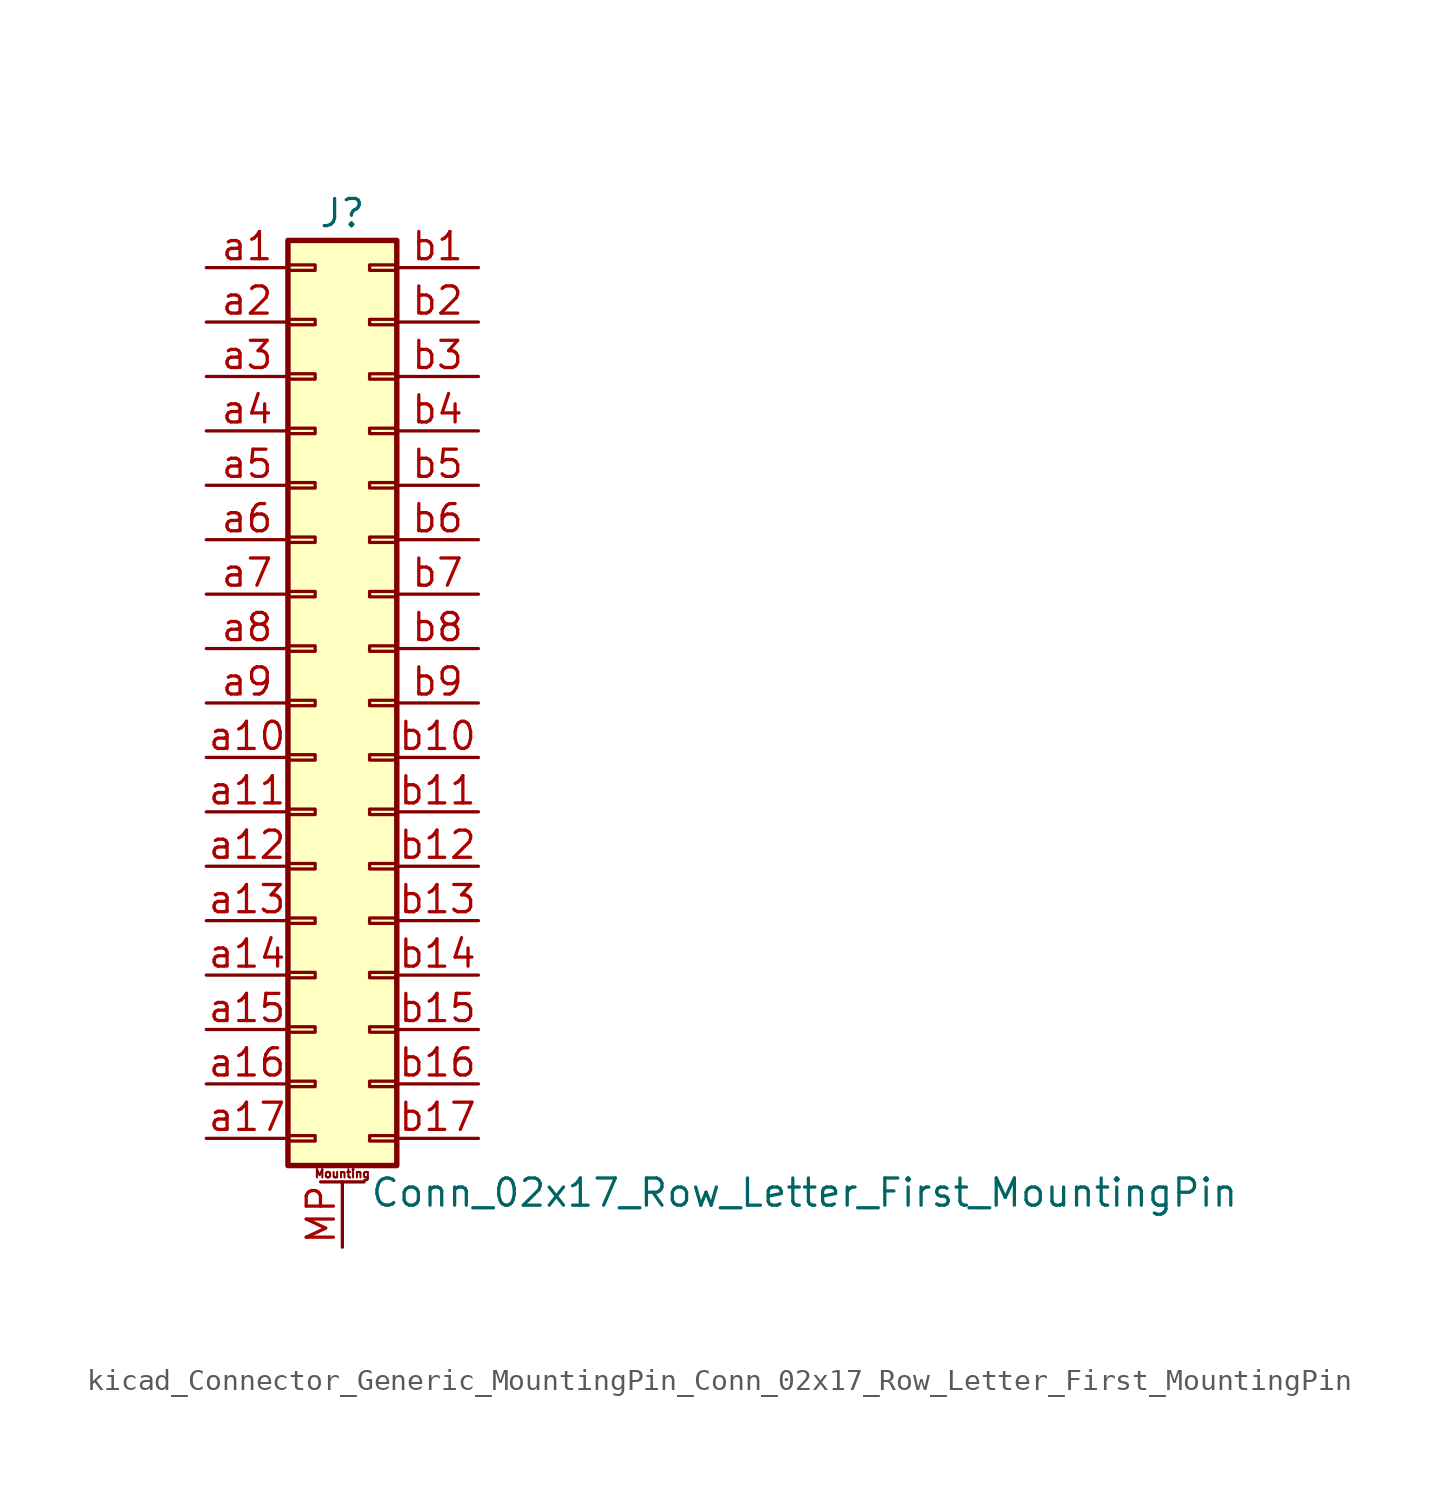
<source format=kicad_sym>
(kicad_symbol_lib
  (version 20220914)
  (generator kicad_symbol_editor)
  (symbol "kicad_Connector_Generic_MountingPin_Conn_02x17_Row_Letter_First_MountingPin"
    (pin_names
      (offset 1.016) hide)
    (property "Reference" "J"
      (at 1.27 22.86 0)
      (effects (font (size 1.27 1.27))))
    (property "Value" "Conn_02x17_Row_Letter_First_MountingPin"
      (at 2.54 -22.86 0)
      (effects (font (size 1.27 1.27)) (justify left)))
    (symbol "kicad_Connector_Generic_MountingPin_Conn_02x17_Row_Letter_First_MountingPin_1_1"
      (rectangle (start -1.27 -20.193) (end 0 -20.447) (stroke (width 0.152) (type default)) (fill (type none)))
      (rectangle (start -1.27 -17.653) (end 0 -17.907) (stroke (width 0.152) (type default)) (fill (type none)))
      (rectangle (start -1.27 -15.113) (end 0 -15.367) (stroke (width 0.152) (type default)) (fill (type none)))
      (rectangle (start -1.27 -12.573) (end 0 -12.827) (stroke (width 0.152) (type default)) (fill (type none)))
      (rectangle (start -1.27 -10.033) (end 0 -10.287) (stroke (width 0.152) (type default)) (fill (type none)))
      (rectangle (start -1.27 -7.493) (end 0 -7.747) (stroke (width 0.152) (type default)) (fill (type none)))
      (rectangle (start -1.27 -4.953) (end 0 -5.207) (stroke (width 0.152) (type default)) (fill (type none)))
      (rectangle (start -1.27 -2.413) (end 0 -2.667) (stroke (width 0.152) (type default)) (fill (type none)))
      (rectangle (start -1.27 0.127) (end 0 -0.127) (stroke (width 0.152) (type default)) (fill (type none)))
      (rectangle (start -1.27 2.667) (end 0 2.413) (stroke (width 0.152) (type default)) (fill (type none)))
      (rectangle (start -1.27 5.207) (end 0 4.953) (stroke (width 0.152) (type default)) (fill (type none)))
      (rectangle (start -1.27 7.747) (end 0 7.493) (stroke (width 0.152) (type default)) (fill (type none)))
      (rectangle (start -1.27 10.287) (end 0 10.033) (stroke (width 0.152) (type default)) (fill (type none)))
      (rectangle (start -1.27 12.827) (end 0 12.573) (stroke (width 0.152) (type default)) (fill (type none)))
      (rectangle (start -1.27 15.367) (end 0 15.113) (stroke (width 0.152) (type default)) (fill (type none)))
      (rectangle (start -1.27 17.907) (end 0 17.653) (stroke (width 0.152) (type default)) (fill (type none)))
      (rectangle (start -1.27 20.447) (end 0 20.193) (stroke (width 0.152) (type default)) (fill (type none)))
      (rectangle (start -1.27 21.59) (end 3.81 -21.59) (stroke (width 0.254) (type default)) (fill (type background)))
      (polyline (pts (xy 0.254 -22.352) (xy 2.286 -22.352)) (stroke (width 0.152) (type default)) (fill (type none)))
      (rectangle (start 3.81 -20.193) (end 2.54 -20.447) (stroke (width 0.152) (type default)) (fill (type none)))
      (rectangle (start 3.81 -17.653) (end 2.54 -17.907) (stroke (width 0.152) (type default)) (fill (type none)))
      (rectangle (start 3.81 -15.113) (end 2.54 -15.367) (stroke (width 0.152) (type default)) (fill (type none)))
      (rectangle (start 3.81 -12.573) (end 2.54 -12.827) (stroke (width 0.152) (type default)) (fill (type none)))
      (rectangle (start 3.81 -10.033) (end 2.54 -10.287) (stroke (width 0.152) (type default)) (fill (type none)))
      (rectangle (start 3.81 -7.493) (end 2.54 -7.747) (stroke (width 0.152) (type default)) (fill (type none)))
      (rectangle (start 3.81 -4.953) (end 2.54 -5.207) (stroke (width 0.152) (type default)) (fill (type none)))
      (rectangle (start 3.81 -2.413) (end 2.54 -2.667) (stroke (width 0.152) (type default)) (fill (type none)))
      (rectangle (start 3.81 0.127) (end 2.54 -0.127) (stroke (width 0.152) (type default)) (fill (type none)))
      (rectangle (start 3.81 2.667) (end 2.54 2.413) (stroke (width 0.152) (type default)) (fill (type none)))
      (rectangle (start 3.81 5.207) (end 2.54 4.953) (stroke (width 0.152) (type default)) (fill (type none)))
      (rectangle (start 3.81 7.747) (end 2.54 7.493) (stroke (width 0.152) (type default)) (fill (type none)))
      (rectangle (start 3.81 10.287) (end 2.54 10.033) (stroke (width 0.152) (type default)) (fill (type none)))
      (rectangle (start 3.81 12.827) (end 2.54 12.573) (stroke (width 0.152) (type default)) (fill (type none)))
      (rectangle (start 3.81 15.367) (end 2.54 15.113) (stroke (width 0.152) (type default)) (fill (type none)))
      (rectangle (start 3.81 17.907) (end 2.54 17.653) (stroke (width 0.152) (type default)) (fill (type none)))
      (rectangle (start 3.81 20.447) (end 2.54 20.193) (stroke (width 0.152) (type default)) (fill (type none)))
      (text "Mounting" (at 1.27 -21.971 0) (effects (font (size 0.381 0.381))))
      (pin passive line (at 1.27 -25.4 90) (length 3.048) (name "MountPin" (effects (font (size 1.27 1.27)))) (number "MP" (effects (font (size 1.27 1.27)))))
      (pin passive line (at -5.08 20.32 0) (length 3.81) (name "Pin_a1" (effects (font (size 1.27 1.27)))) (number "a1" (effects (font (size 1.27 1.27)))))
      (pin passive line (at -5.08 -2.54 0) (length 3.81) (name "Pin_a10" (effects (font (size 1.27 1.27)))) (number "a10" (effects (font (size 1.27 1.27)))))
      (pin passive line (at -5.08 -5.08 0) (length 3.81) (name "Pin_a11" (effects (font (size 1.27 1.27)))) (number "a11" (effects (font (size 1.27 1.27)))))
      (pin passive line (at -5.08 -7.62 0) (length 3.81) (name "Pin_a12" (effects (font (size 1.27 1.27)))) (number "a12" (effects (font (size 1.27 1.27)))))
      (pin passive line (at -5.08 -10.16 0) (length 3.81) (name "Pin_a13" (effects (font (size 1.27 1.27)))) (number "a13" (effects (font (size 1.27 1.27)))))
      (pin passive line (at -5.08 -12.7 0) (length 3.81) (name "Pin_a14" (effects (font (size 1.27 1.27)))) (number "a14" (effects (font (size 1.27 1.27)))))
      (pin passive line (at -5.08 -15.24 0) (length 3.81) (name "Pin_a15" (effects (font (size 1.27 1.27)))) (number "a15" (effects (font (size 1.27 1.27)))))
      (pin passive line (at -5.08 -17.78 0) (length 3.81) (name "Pin_a16" (effects (font (size 1.27 1.27)))) (number "a16" (effects (font (size 1.27 1.27)))))
      (pin passive line (at -5.08 -20.32 0) (length 3.81) (name "Pin_a17" (effects (font (size 1.27 1.27)))) (number "a17" (effects (font (size 1.27 1.27)))))
      (pin passive line (at -5.08 17.78 0) (length 3.81) (name "Pin_a2" (effects (font (size 1.27 1.27)))) (number "a2" (effects (font (size 1.27 1.27)))))
      (pin passive line (at -5.08 15.24 0) (length 3.81) (name "Pin_a3" (effects (font (size 1.27 1.27)))) (number "a3" (effects (font (size 1.27 1.27)))))
      (pin passive line (at -5.08 12.7 0) (length 3.81) (name "Pin_a4" (effects (font (size 1.27 1.27)))) (number "a4" (effects (font (size 1.27 1.27)))))
      (pin passive line (at -5.08 10.16 0) (length 3.81) (name "Pin_a5" (effects (font (size 1.27 1.27)))) (number "a5" (effects (font (size 1.27 1.27)))))
      (pin passive line (at -5.08 7.62 0) (length 3.81) (name "Pin_a6" (effects (font (size 1.27 1.27)))) (number "a6" (effects (font (size 1.27 1.27)))))
      (pin passive line (at -5.08 5.08 0) (length 3.81) (name "Pin_a7" (effects (font (size 1.27 1.27)))) (number "a7" (effects (font (size 1.27 1.27)))))
      (pin passive line (at -5.08 2.54 0) (length 3.81) (name "Pin_a8" (effects (font (size 1.27 1.27)))) (number "a8" (effects (font (size 1.27 1.27)))))
      (pin passive line (at -5.08 0 0) (length 3.81) (name "Pin_a9" (effects (font (size 1.27 1.27)))) (number "a9" (effects (font (size 1.27 1.27)))))
      (pin passive line (at 7.62 20.32 180) (length 3.81) (name "Pin_b1" (effects (font (size 1.27 1.27)))) (number "b1" (effects (font (size 1.27 1.27)))))
      (pin passive line (at 7.62 -2.54 180) (length 3.81) (name "Pin_b10" (effects (font (size 1.27 1.27)))) (number "b10" (effects (font (size 1.27 1.27)))))
      (pin passive line (at 7.62 -5.08 180) (length 3.81) (name "Pin_b11" (effects (font (size 1.27 1.27)))) (number "b11" (effects (font (size 1.27 1.27)))))
      (pin passive line (at 7.62 -7.62 180) (length 3.81) (name "Pin_b12" (effects (font (size 1.27 1.27)))) (number "b12" (effects (font (size 1.27 1.27)))))
      (pin passive line (at 7.62 -10.16 180) (length 3.81) (name "Pin_b13" (effects (font (size 1.27 1.27)))) (number "b13" (effects (font (size 1.27 1.27)))))
      (pin passive line (at 7.62 -12.7 180) (length 3.81) (name "Pin_b14" (effects (font (size 1.27 1.27)))) (number "b14" (effects (font (size 1.27 1.27)))))
      (pin passive line (at 7.62 -15.24 180) (length 3.81) (name "Pin_b15" (effects (font (size 1.27 1.27)))) (number "b15" (effects (font (size 1.27 1.27)))))
      (pin passive line (at 7.62 -17.78 180) (length 3.81) (name "Pin_b16" (effects (font (size 1.27 1.27)))) (number "b16" (effects (font (size 1.27 1.27)))))
      (pin passive line (at 7.62 -20.32 180) (length 3.81) (name "Pin_b17" (effects (font (size 1.27 1.27)))) (number "b17" (effects (font (size 1.27 1.27)))))
      (pin passive line (at 7.62 17.78 180) (length 3.81) (name "Pin_b2" (effects (font (size 1.27 1.27)))) (number "b2" (effects (font (size 1.27 1.27)))))
      (pin passive line (at 7.62 15.24 180) (length 3.81) (name "Pin_b3" (effects (font (size 1.27 1.27)))) (number "b3" (effects (font (size 1.27 1.27)))))
      (pin passive line (at 7.62 12.7 180) (length 3.81) (name "Pin_b4" (effects (font (size 1.27 1.27)))) (number "b4" (effects (font (size 1.27 1.27)))))
      (pin passive line (at 7.62 10.16 180) (length 3.81) (name "Pin_b5" (effects (font (size 1.27 1.27)))) (number "b5" (effects (font (size 1.27 1.27)))))
      (pin passive line (at 7.62 7.62 180) (length 3.81) (name "Pin_b6" (effects (font (size 1.27 1.27)))) (number "b6" (effects (font (size 1.27 1.27)))))
      (pin passive line (at 7.62 5.08 180) (length 3.81) (name "Pin_b7" (effects (font (size 1.27 1.27)))) (number "b7" (effects (font (size 1.27 1.27)))))
      (pin passive line (at 7.62 2.54 180) (length 3.81) (name "Pin_b8" (effects (font (size 1.27 1.27)))) (number "b8" (effects (font (size 1.27 1.27)))))
      (pin passive line (at 7.62 0 180) (length 3.81) (name "Pin_b9" (effects (font (size 1.27 1.27)))) (number "b9" (effects (font (size 1.27 1.27))))))))
</source>
